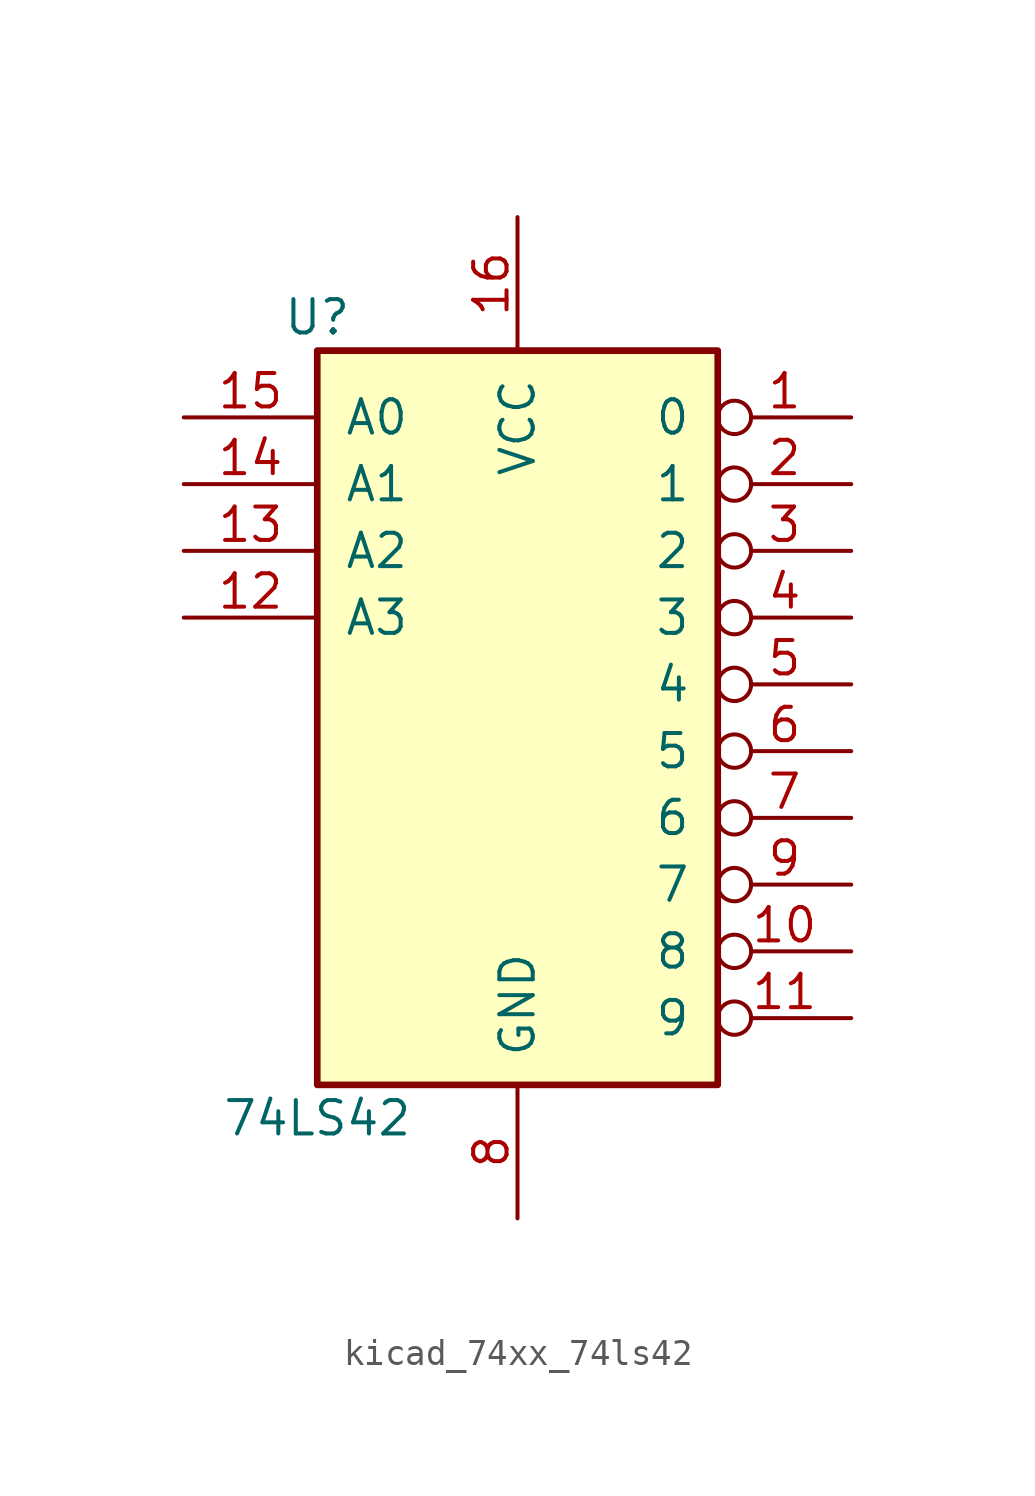
<source format=kicad_sym>
(kicad_symbol_lib
  (version 20220914)
  (generator kicad_symbol_editor)
  (symbol "kicad_74xx_74ls42"
    (pin_names
      (offset 1.016))
    (property "Reference" "U"
      (at -7.62 13.97 0)
      (effects (font (size 1.27 1.27))))
    (property "Value" "74LS42"
      (at -7.62 -16.51 0)
      (effects (font (size 1.27 1.27))))
    (property "ki_locked" ""
      (at 0 0 0)
      (effects (font (size 1.27 1.27))))
    (symbol "kicad_74xx_74ls42_1_0"
      (pin output inverted (at 12.7 10.16 180) (length 5.08) (name "0" (effects (font (size 1.27 1.27)))) (number "1" (effects (font (size 1.27 1.27)))))
      (pin output inverted (at 12.7 -10.16 180) (length 5.08) (name "8" (effects (font (size 1.27 1.27)))) (number "10" (effects (font (size 1.27 1.27)))))
      (pin output inverted (at 12.7 -12.7 180) (length 5.08) (name "9" (effects (font (size 1.27 1.27)))) (number "11" (effects (font (size 1.27 1.27)))))
      (pin input line (at -12.7 2.54 0) (length 5.08) (name "A3" (effects (font (size 1.27 1.27)))) (number "12" (effects (font (size 1.27 1.27)))))
      (pin input line (at -12.7 5.08 0) (length 5.08) (name "A2" (effects (font (size 1.27 1.27)))) (number "13" (effects (font (size 1.27 1.27)))))
      (pin input line (at -12.7 7.62 0) (length 5.08) (name "A1" (effects (font (size 1.27 1.27)))) (number "14" (effects (font (size 1.27 1.27)))))
      (pin input line (at -12.7 10.16 0) (length 5.08) (name "A0" (effects (font (size 1.27 1.27)))) (number "15" (effects (font (size 1.27 1.27)))))
      (pin power_in line (at 0 17.78 270) (length 5.08) (name "VCC" (effects (font (size 1.27 1.27)))) (number "16" (effects (font (size 1.27 1.27)))))
      (pin output inverted (at 12.7 7.62 180) (length 5.08) (name "1" (effects (font (size 1.27 1.27)))) (number "2" (effects (font (size 1.27 1.27)))))
      (pin output inverted (at 12.7 5.08 180) (length 5.08) (name "2" (effects (font (size 1.27 1.27)))) (number "3" (effects (font (size 1.27 1.27)))))
      (pin output inverted (at 12.7 2.54 180) (length 5.08) (name "3" (effects (font (size 1.27 1.27)))) (number "4" (effects (font (size 1.27 1.27)))))
      (pin output inverted (at 12.7 0 180) (length 5.08) (name "4" (effects (font (size 1.27 1.27)))) (number "5" (effects (font (size 1.27 1.27)))))
      (pin output inverted (at 12.7 -2.54 180) (length 5.08) (name "5" (effects (font (size 1.27 1.27)))) (number "6" (effects (font (size 1.27 1.27)))))
      (pin output inverted (at 12.7 -5.08 180) (length 5.08) (name "6" (effects (font (size 1.27 1.27)))) (number "7" (effects (font (size 1.27 1.27)))))
      (pin power_in line (at 0 -20.32 90) (length 5.08) (name "GND" (effects (font (size 1.27 1.27)))) (number "8" (effects (font (size 1.27 1.27)))))
      (pin output inverted (at 12.7 -7.62 180) (length 5.08) (name "7" (effects (font (size 1.27 1.27)))) (number "9" (effects (font (size 1.27 1.27))))))
    (symbol "kicad_74xx_74ls42_1_1"
      (rectangle (start -7.62 12.7) (end 7.62 -15.24) (stroke (width 0.254) (type default)) (fill (type background))))))
</source>
